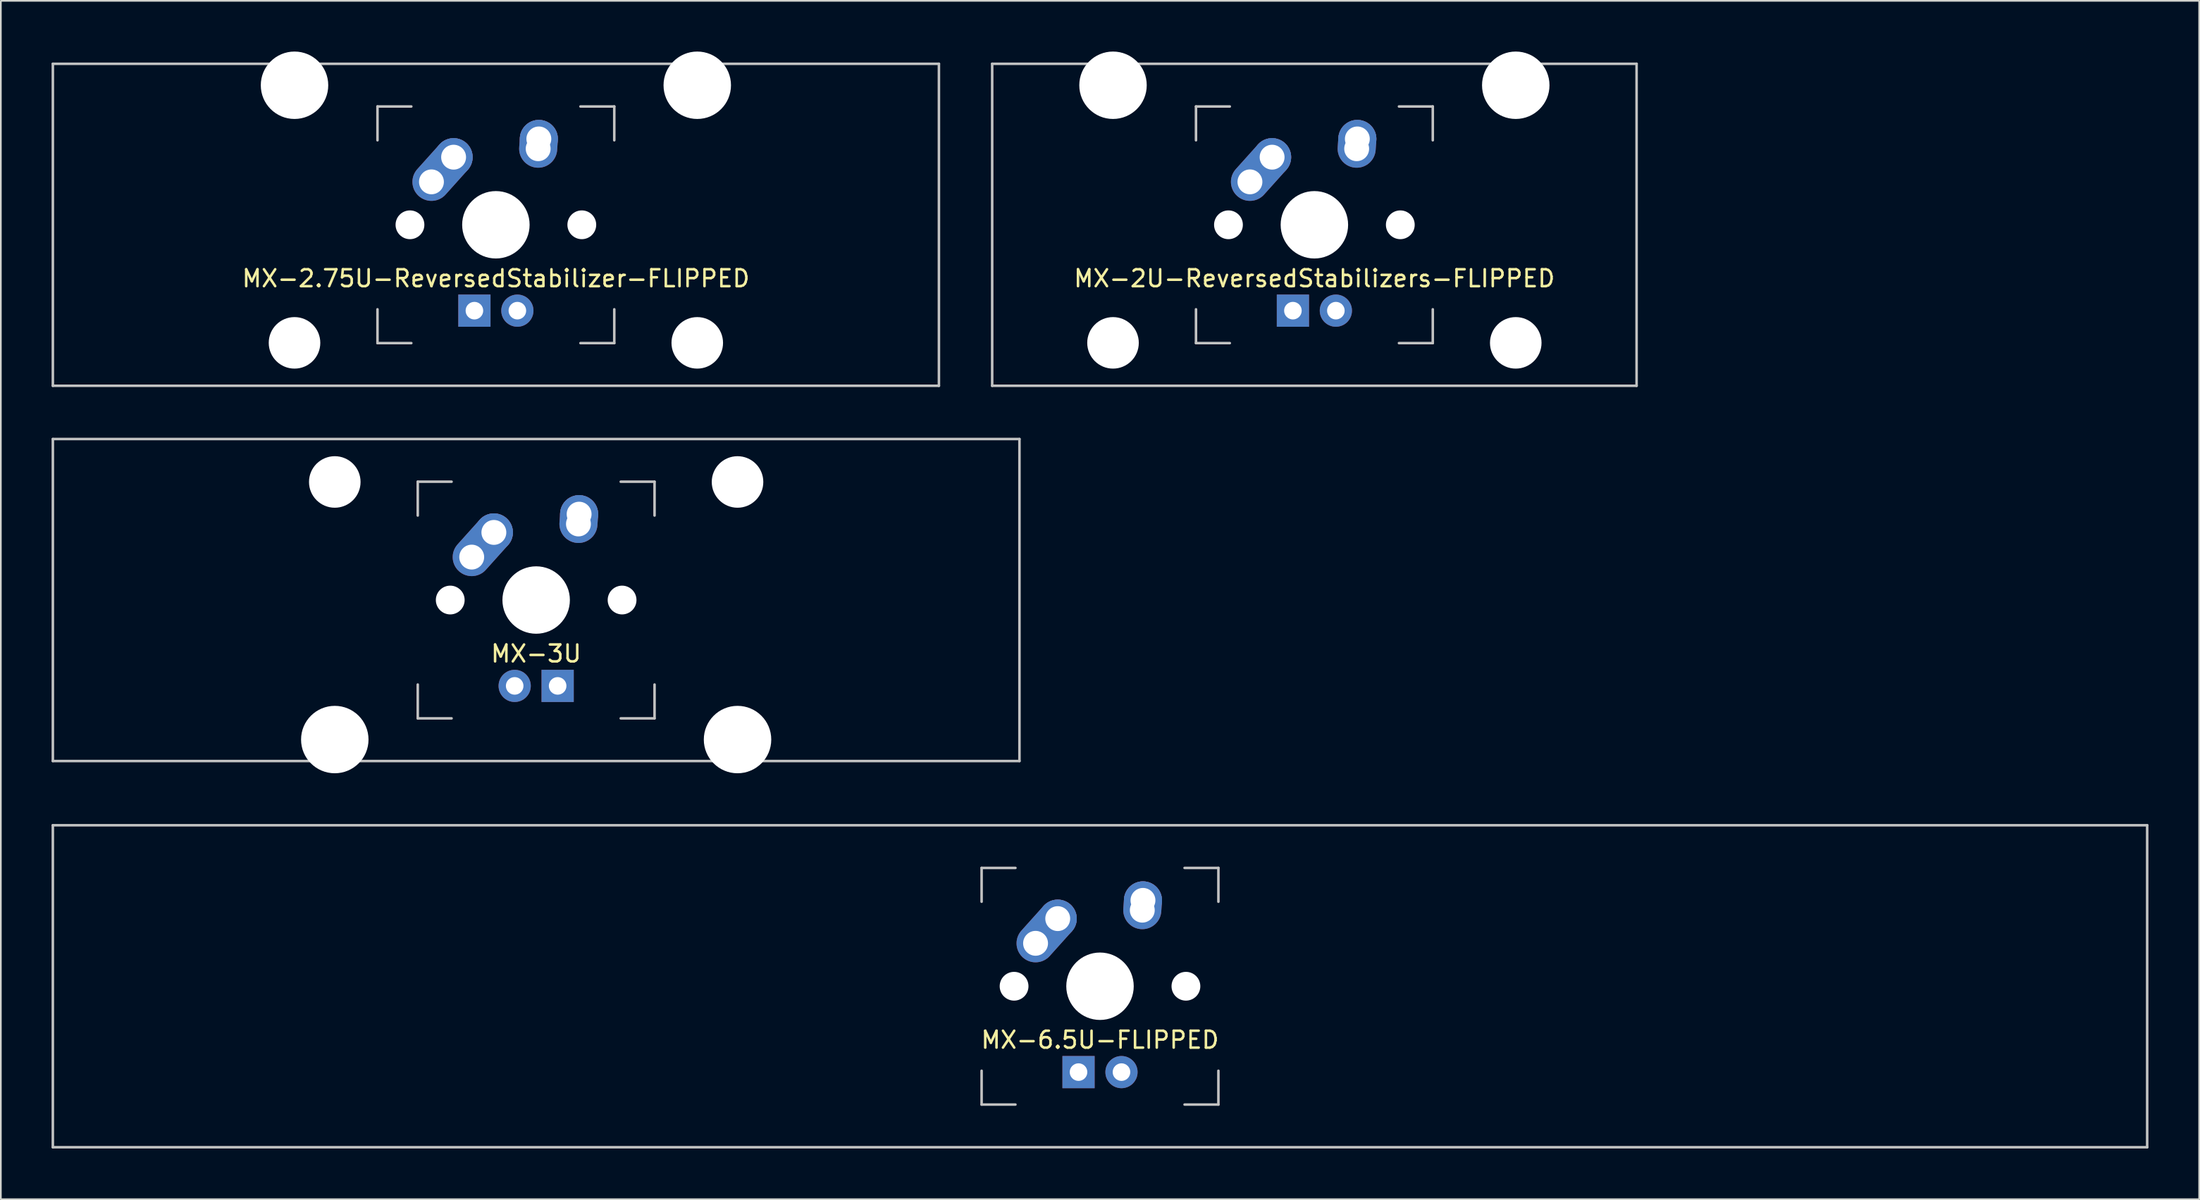
<source format=kicad_pcb>
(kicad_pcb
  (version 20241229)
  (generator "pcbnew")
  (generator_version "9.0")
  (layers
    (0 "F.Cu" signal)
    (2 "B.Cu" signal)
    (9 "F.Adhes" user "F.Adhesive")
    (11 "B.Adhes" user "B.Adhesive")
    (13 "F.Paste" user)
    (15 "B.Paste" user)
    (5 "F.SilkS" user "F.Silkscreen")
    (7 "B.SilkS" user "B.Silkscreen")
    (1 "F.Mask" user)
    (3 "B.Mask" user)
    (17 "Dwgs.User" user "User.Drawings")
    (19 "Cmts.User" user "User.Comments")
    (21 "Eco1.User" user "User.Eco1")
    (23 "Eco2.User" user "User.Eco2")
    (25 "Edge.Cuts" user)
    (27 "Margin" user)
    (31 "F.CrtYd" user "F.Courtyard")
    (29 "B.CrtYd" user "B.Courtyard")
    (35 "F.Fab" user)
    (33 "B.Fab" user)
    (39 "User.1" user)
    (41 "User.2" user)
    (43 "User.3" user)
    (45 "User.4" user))
  (footprint "MX-3U"
    (layer "F.Cu")
    (at 28.65 32.449)
    (property "Reference" "MX-3U" (at 0 3.175 0) (layer "F.SilkS") (effects (font (size 1 1) (thickness 0.15))))
    (attr through_hole)
    (fp_line (start -28.575 -9.525) (end 28.575 -9.525) (stroke (width 0.15) (type solid)) (layer "Dwgs.User"))
    (fp_line (start -28.575 9.525) (end -28.575 -9.525) (stroke (width 0.15) (type solid)) (layer "Dwgs.User"))
    (fp_line (start -28.575 9.525) (end 28.575 9.525) (stroke (width 0.15) (type solid)) (layer "Dwgs.User"))
    (fp_line (start -7 -7) (end -7 -5) (stroke (width 0.15) (type solid)) (layer "Dwgs.User"))
    (fp_line (start -7 5) (end -7 7) (stroke (width 0.15) (type solid)) (layer "Dwgs.User"))
    (fp_line (start -7 7) (end -5 7) (stroke (width 0.15) (type solid)) (layer "Dwgs.User"))
    (fp_line (start -5 -7) (end -7 -7) (stroke (width 0.15) (type solid)) (layer "Dwgs.User"))
    (fp_line (start 5 -7) (end 7 -7) (stroke (width 0.15) (type solid)) (layer "Dwgs.User"))
    (fp_line (start 5 7) (end 7 7) (stroke (width 0.15) (type solid)) (layer "Dwgs.User"))
    (fp_line (start 7 -7) (end 7 -5) (stroke (width 0.15) (type solid)) (layer "Dwgs.User"))
    (fp_line (start 7 7) (end 7 5) (stroke (width 0.15) (type solid)) (layer "Dwgs.User"))
    (fp_line (start 28.575 -9.525) (end 28.575 9.525) (stroke (width 0.15) (type solid)) (layer "Dwgs.User"))
    (pad "" np_thru_hole circle (at -11.906 -6.985) (size 3.048 3.048) (drill 3.048) (layers "*.Cu" "*.Mask"))
    (pad "" np_thru_hole circle (at -11.906 8.255) (size 3.988 3.988) (drill 3.988) (layers "*.Cu" "*.Mask"))
    (pad "" np_thru_hole circle (at -5.08 0 48.1) (size 1.702 1.702) (drill 1.702) (layers "*.Cu" "*.Mask"))
    (pad "" np_thru_hole circle (at 0 0) (size 3.988 3.988) (drill 3.988) (layers "*.Cu" "*.Mask"))
    (pad "" np_thru_hole circle (at 5.08 0 48.1) (size 1.702 1.702) (drill 1.702) (layers "*.Cu" "*.Mask"))
    (pad "" np_thru_hole circle (at 11.906 -6.985) (size 3.048 3.048) (drill 3.048) (layers "*.Cu" "*.Mask"))
    (pad "" np_thru_hole circle (at 11.906 8.255) (size 3.988 3.988) (drill 3.988) (layers "*.Cu" "*.Mask"))
    (pad "1" thru_hole oval (at -3.81 -2.54 48.1) (size 4.212 2.25) (drill 1.47 (offset 0.981 0)) (layers "*.Cu" "*.Mask"))
    (pad "1" thru_hole circle (at -2.5 -4) (size 2.25 2.25) (drill 1.47) (layers "*.Cu" "*.Mask"))
    (pad "2" thru_hole oval (at 2.5 -4.5 86.055) (size 2.831 2.25) (drill 1.47 (offset 0.291 0)) (layers "*.Cu" "*.Mask"))
    (pad "2" thru_hole circle (at 2.54 -5.08) (size 2.25 2.25) (drill 1.47) (layers "*.Cu" "*.Mask"))
    (pad "3" thru_hole circle (at -1.27 5.08) (size 1.905 1.905) (drill 1.04) (layers "*.Cu" "*.Mask"))
    (pad "4" thru_hole rect (at 1.27 5.08) (size 1.905 1.905) (drill 1.04) (layers "*.Cu" "*.Mask")))
  (footprint "MX-6.5U-FLIPPED"
    (layer "F.Cu")
    (at 61.987 55.298)
    (property "Reference" "MX-6.5U-FLIPPED" (at 0 3.175 0) (layer "F.SilkS") (effects (font (size 1 1) (thickness 0.15))))
    (attr through_hole)
    (fp_line (start -61.913 -9.525) (end 61.913 -9.525) (stroke (width 0.15) (type solid)) (layer "Dwgs.User"))
    (fp_line (start -61.913 9.525) (end -61.913 -9.525) (stroke (width 0.15) (type solid)) (layer "Dwgs.User"))
    (fp_line (start -7 -7) (end -7 -5) (stroke (width 0.15) (type solid)) (layer "Dwgs.User"))
    (fp_line (start -7 5) (end -7 7) (stroke (width 0.15) (type solid)) (layer "Dwgs.User"))
    (fp_line (start -7 7) (end -5 7) (stroke (width 0.15) (type solid)) (layer "Dwgs.User"))
    (fp_line (start -5 -7) (end -7 -7) (stroke (width 0.15) (type solid)) (layer "Dwgs.User"))
    (fp_line (start 5 -7) (end 7 -7) (stroke (width 0.15) (type solid)) (layer "Dwgs.User"))
    (fp_line (start 5 7) (end 7 7) (stroke (width 0.15) (type solid)) (layer "Dwgs.User"))
    (fp_line (start 7 -7) (end 7 -5) (stroke (width 0.15) (type solid)) (layer "Dwgs.User"))
    (fp_line (start 7 7) (end 7 5) (stroke (width 0.15) (type solid)) (layer "Dwgs.User"))
    (fp_line (start 61.913 -9.525) (end 61.913 9.525) (stroke (width 0.15) (type solid)) (layer "Dwgs.User"))
    (fp_line (start 61.913 9.525) (end -61.913 9.525) (stroke (width 0.15) (type solid)) (layer "Dwgs.User"))
    (pad "" np_thru_hole circle (at -5.08 0 48.1) (size 1.702 1.702) (drill 1.702) (layers "*.Cu" "*.Mask"))
    (pad "" np_thru_hole circle (at 0 0) (size 3.988 3.988) (drill 3.988) (layers "*.Cu" "*.Mask"))
    (pad "" np_thru_hole circle (at 5.08 0 48.1) (size 1.702 1.702) (drill 1.702) (layers "*.Cu" "*.Mask"))
    (pad "1" thru_hole oval (at -3.81 -2.54 48.1) (size 4.212 2.25) (drill 1.47 (offset 0.981 0)) (layers "*.Cu" "*.Mask"))
    (pad "1" thru_hole circle (at -2.5 -4) (size 2.25 2.25) (drill 1.47) (layers "*.Cu" "*.Mask"))
    (pad "2" thru_hole oval (at 2.5 -4.5 86.055) (size 2.831 2.25) (drill 1.47 (offset 0.291 0)) (layers "*.Cu" "*.Mask"))
    (pad "2" thru_hole circle (at 2.54 -5.08) (size 2.25 2.25) (drill 1.47) (layers "*.Cu" "*.Mask"))
    (pad "3" thru_hole circle (at 1.27 5.08) (size 1.905 1.905) (drill 1.04) (layers "*.Cu" "*.Mask"))
    (pad "4" thru_hole rect (at -1.27 5.08) (size 1.905 1.905) (drill 1.04) (layers "*.Cu" "*.Mask")))
  (footprint "MX-2U-ReversedStabilizers-FLIPPED"
    (layer "F.Cu")
    (at 74.662 10.249)
    (property "Reference" "MX-2U-ReversedStabilizers-FLIPPED" (at 0 3.175 0) (layer "F.SilkS") (effects (font (size 1 1) (thickness 0.15))))
    (attr through_hole)
    (fp_line (start -19.05 -9.525) (end 19.05 -9.525) (stroke (width 0.15) (type solid)) (layer "Dwgs.User"))
    (fp_line (start -19.05 9.525) (end -19.05 -9.525) (stroke (width 0.15) (type solid)) (layer "Dwgs.User"))
    (fp_line (start -19.05 9.525) (end 19.05 9.525) (stroke (width 0.15) (type solid)) (layer "Dwgs.User"))
    (fp_line (start -7 -7) (end -7 -5) (stroke (width 0.15) (type solid)) (layer "Dwgs.User"))
    (fp_line (start -7 5) (end -7 7) (stroke (width 0.15) (type solid)) (layer "Dwgs.User"))
    (fp_line (start -7 7) (end -5 7) (stroke (width 0.15) (type solid)) (layer "Dwgs.User"))
    (fp_line (start -5 -7) (end -7 -7) (stroke (width 0.15) (type solid)) (layer "Dwgs.User"))
    (fp_line (start 5 -7) (end 7 -7) (stroke (width 0.15) (type solid)) (layer "Dwgs.User"))
    (fp_line (start 5 7) (end 7 7) (stroke (width 0.15) (type solid)) (layer "Dwgs.User"))
    (fp_line (start 7 -7) (end 7 -5) (stroke (width 0.15) (type solid)) (layer "Dwgs.User"))
    (fp_line (start 7 7) (end 7 5) (stroke (width 0.15) (type solid)) (layer "Dwgs.User"))
    (fp_line (start 19.05 -9.525) (end 19.05 9.525) (stroke (width 0.15) (type solid)) (layer "Dwgs.User"))
    (pad "" np_thru_hole circle (at -11.906 -8.255) (size 3.988 3.988) (drill 3.988) (layers "*.Cu" "*.Mask"))
    (pad "" np_thru_hole circle (at -11.906 6.985) (size 3.048 3.048) (drill 3.048) (layers "*.Cu" "*.Mask"))
    (pad "" np_thru_hole circle (at -5.08 0 48.1) (size 1.702 1.702) (drill 1.702) (layers "*.Cu" "*.Mask"))
    (pad "" np_thru_hole circle (at 0 0) (size 3.988 3.988) (drill 3.988) (layers "*.Cu" "*.Mask"))
    (pad "" np_thru_hole circle (at 5.08 0 48.1) (size 1.702 1.702) (drill 1.702) (layers "*.Cu" "*.Mask"))
    (pad "" np_thru_hole circle (at 11.906 -8.255) (size 3.988 3.988) (drill 3.988) (layers "*.Cu" "*.Mask"))
    (pad "" np_thru_hole circle (at 11.906 6.985) (size 3.048 3.048) (drill 3.048) (layers "*.Cu" "*.Mask"))
    (pad "1" thru_hole oval (at -3.81 -2.54 48.1) (size 4.212 2.25) (drill 1.47 (offset 0.981 0)) (layers "*.Cu" "*.Mask"))
    (pad "1" thru_hole circle (at -2.5 -4) (size 2.25 2.25) (drill 1.47) (layers "*.Cu" "*.Mask"))
    (pad "2" thru_hole oval (at 2.5 -4.5 86.055) (size 2.831 2.25) (drill 1.47 (offset 0.291 0)) (layers "*.Cu" "*.Mask"))
    (pad "2" thru_hole circle (at 2.54 -5.08) (size 2.25 2.25) (drill 1.47) (layers "*.Cu" "*.Mask"))
    (pad "3" thru_hole circle (at 1.27 5.08) (size 1.905 1.905) (drill 1.04) (layers "*.Cu" "*.Mask"))
    (pad "4" thru_hole rect (at -1.27 5.08) (size 1.905 1.905) (drill 1.04) (layers "*.Cu" "*.Mask")))
  (footprint "MX-2.75U-ReversedStabilizer-FLIPPED"
    (layer "F.Cu")
    (at 26.269 10.249)
    (property "Reference" "MX-2.75U-ReversedStabilizer-FLIPPED" (at 0 3.175 0) (layer "F.SilkS") (effects (font (size 1 1) (thickness 0.15))))
    (attr through_hole)
    (fp_line (start -26.194 -9.525) (end 26.194 -9.525) (stroke (width 0.15) (type solid)) (layer "Dwgs.User"))
    (fp_line (start -26.194 9.525) (end -26.194 -9.525) (stroke (width 0.15) (type solid)) (layer "Dwgs.User"))
    (fp_line (start -26.194 9.525) (end 26.194 9.525) (stroke (width 0.15) (type solid)) (layer "Dwgs.User"))
    (fp_line (start -7 -7) (end -7 -5) (stroke (width 0.15) (type solid)) (layer "Dwgs.User"))
    (fp_line (start -7 5) (end -7 7) (stroke (width 0.15) (type solid)) (layer "Dwgs.User"))
    (fp_line (start -7 7) (end -5 7) (stroke (width 0.15) (type solid)) (layer "Dwgs.User"))
    (fp_line (start -5 -7) (end -7 -7) (stroke (width 0.15) (type solid)) (layer "Dwgs.User"))
    (fp_line (start 5 -7) (end 7 -7) (stroke (width 0.15) (type solid)) (layer "Dwgs.User"))
    (fp_line (start 5 7) (end 7 7) (stroke (width 0.15) (type solid)) (layer "Dwgs.User"))
    (fp_line (start 7 -7) (end 7 -5) (stroke (width 0.15) (type solid)) (layer "Dwgs.User"))
    (fp_line (start 7 7) (end 7 5) (stroke (width 0.15) (type solid)) (layer "Dwgs.User"))
    (fp_line (start 26.194 -9.525) (end 26.194 9.525) (stroke (width 0.15) (type solid)) (layer "Dwgs.User"))
    (pad "" np_thru_hole circle (at -11.906 -8.255) (size 3.988 3.988) (drill 3.988) (layers "*.Cu" "*.Mask"))
    (pad "" np_thru_hole circle (at -11.906 6.985) (size 3.048 3.048) (drill 3.048) (layers "*.Cu" "*.Mask"))
    (pad "" np_thru_hole circle (at -5.08 0 48.1) (size 1.702 1.702) (drill 1.702) (layers "*.Cu" "*.Mask"))
    (pad "" np_thru_hole circle (at 0 0) (size 3.988 3.988) (drill 3.988) (layers "*.Cu" "*.Mask"))
    (pad "" np_thru_hole circle (at 5.08 0 48.1) (size 1.702 1.702) (drill 1.702) (layers "*.Cu" "*.Mask"))
    (pad "" np_thru_hole circle (at 11.906 -8.255) (size 3.988 3.988) (drill 3.988) (layers "*.Cu" "*.Mask"))
    (pad "" np_thru_hole circle (at 11.906 6.985) (size 3.048 3.048) (drill 3.048) (layers "*.Cu" "*.Mask"))
    (pad "1" thru_hole oval (at -3.81 -2.54 48.1) (size 4.212 2.25) (drill 1.47 (offset 0.981 0)) (layers "*.Cu" "*.Mask"))
    (pad "1" thru_hole circle (at -2.5 -4) (size 2.25 2.25) (drill 1.47) (layers "*.Cu" "*.Mask"))
    (pad "2" thru_hole oval (at 2.5 -4.5 86.055) (size 2.831 2.25) (drill 1.47 (offset 0.291 0)) (layers "*.Cu" "*.Mask"))
    (pad "2" thru_hole circle (at 2.54 -5.08) (size 2.25 2.25) (drill 1.47) (layers "*.Cu" "*.Mask"))
    (pad "3" thru_hole circle (at 1.27 5.08) (size 1.905 1.905) (drill 1.04) (layers "*.Cu" "*.Mask"))
    (pad "4" thru_hole rect (at -1.27 5.08) (size 1.905 1.905) (drill 1.04) (layers "*.Cu" "*.Mask")))
  (gr_rect
    (start -3 -3)
    (end 126.975 67.898)
    (stroke (width 0.1) (type default))
    (fill no)
    (layer "Edge.Cuts")))
</source>
